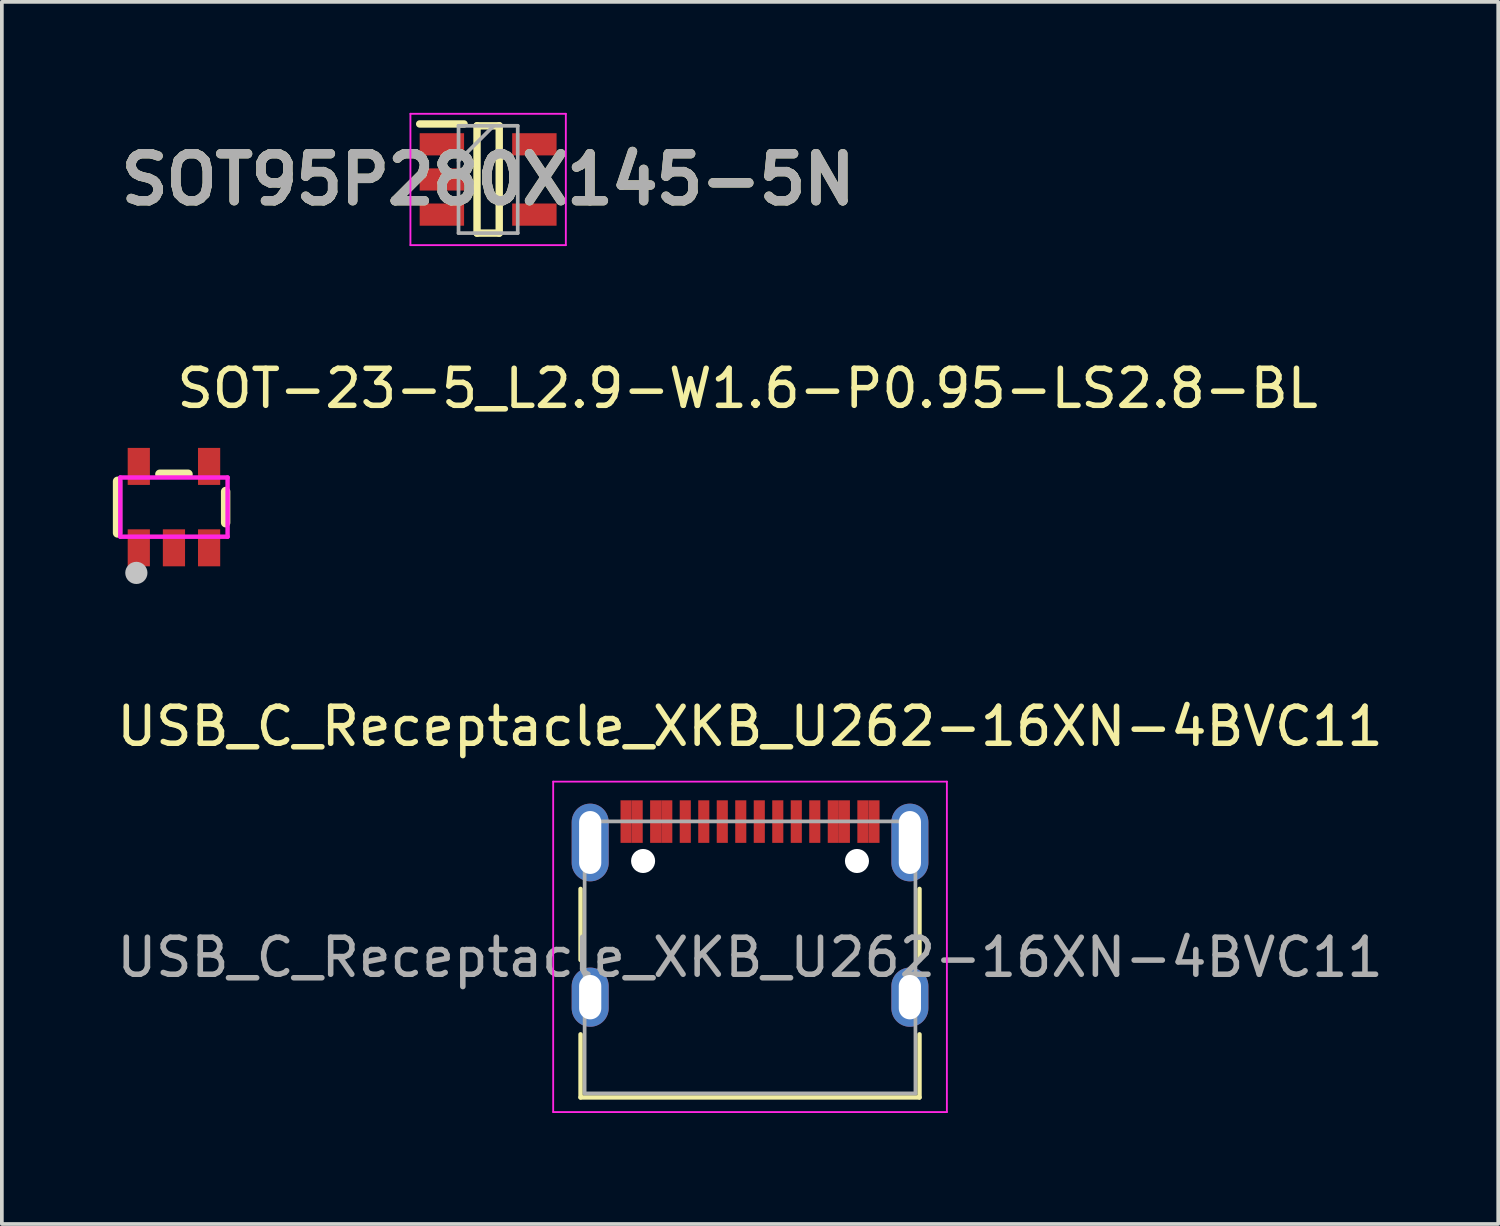
<source format=kicad_pcb>
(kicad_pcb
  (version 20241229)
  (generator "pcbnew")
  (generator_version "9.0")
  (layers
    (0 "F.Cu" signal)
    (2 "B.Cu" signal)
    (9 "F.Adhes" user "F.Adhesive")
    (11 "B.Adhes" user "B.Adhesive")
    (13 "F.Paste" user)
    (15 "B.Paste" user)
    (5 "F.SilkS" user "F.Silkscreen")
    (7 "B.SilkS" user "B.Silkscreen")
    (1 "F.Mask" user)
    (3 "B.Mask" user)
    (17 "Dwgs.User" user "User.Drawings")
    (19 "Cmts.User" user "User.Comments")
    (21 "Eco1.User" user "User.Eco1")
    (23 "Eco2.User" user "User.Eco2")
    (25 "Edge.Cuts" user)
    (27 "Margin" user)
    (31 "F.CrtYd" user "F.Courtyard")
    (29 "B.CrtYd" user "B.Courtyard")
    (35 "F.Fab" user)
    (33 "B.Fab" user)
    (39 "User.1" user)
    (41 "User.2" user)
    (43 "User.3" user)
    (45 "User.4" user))
  (footprint "SOT-23-5_L2.9-W1.6-P0.95-LS2.8-BL"
    (layer "F.Cu")
    (at 1.651 10.655)
    (property "Reference" "SOT-23-5_L2.9-W1.6-P0.95-LS2.8-BL" (at 0 -3.207 0) (layer "F.SilkS") (effects (font (size 1 1) (thickness 0.15)) (justify left)))
    (attr through_hole)
    (fp_line (start -1.524 -0.698) (end -1.524 0.699) (stroke (width 0.254) (type solid)) (layer "F.SilkS"))
    (fp_line (start -0.381 -0.889) (end 0.381 -0.889) (stroke (width 0.254) (type solid)) (layer "F.SilkS"))
    (fp_line (start 1.397 -0.422) (end 1.397 0.422) (stroke (width 0.254) (type solid)) (layer "F.SilkS"))
    (fp_circle (center -1.016 1.778) (end -0.866 1.778) (stroke (width 0.3) (type solid)) (fill no) (layer "Dwgs.User"))
    (fp_line (start -1.15 -0.96) (end -0.75 -0.96) (stroke (width 0.12) (type solid)) (layer "Eco2.User"))
    (fp_line (start -1.15 -0.79) (end -1.15 -0.96) (stroke (width 0.12) (type solid)) (layer "Eco2.User"))
    (fp_line (start -1.15 0.79) (end -0.75 0.79) (stroke (width 0.12) (type solid)) (layer "Eco2.User"))
    (fp_line (start -1.15 0.96) (end -1.15 0.79) (stroke (width 0.12) (type solid)) (layer "Eco2.User"))
    (fp_line (start -0.75 -0.96) (end -0.75 -0.79) (stroke (width 0.12) (type solid)) (layer "Eco2.User"))
    (fp_line (start -0.75 -0.79) (end -1.15 -0.79) (stroke (width 0.12) (type solid)) (layer "Eco2.User"))
    (fp_line (start -0.75 0.79) (end -0.75 0.96) (stroke (width 0.12) (type solid)) (layer "Eco2.User"))
    (fp_line (start -0.75 0.96) (end -1.15 0.96) (stroke (width 0.12) (type solid)) (layer "Eco2.User"))
    (fp_line (start -0.2 0.79) (end 0.2 0.79) (stroke (width 0.12) (type solid)) (layer "Eco2.User"))
    (fp_line (start -0.2 0.96) (end -0.2 0.79) (stroke (width 0.12) (type solid)) (layer "Eco2.User"))
    (fp_line (start 0.2 0.79) (end 0.2 0.96) (stroke (width 0.12) (type solid)) (layer "Eco2.User"))
    (fp_line (start 0.2 0.96) (end -0.2 0.96) (stroke (width 0.12) (type solid)) (layer "Eco2.User"))
    (fp_line (start 0.75 -0.96) (end 1.15 -0.96) (stroke (width 0.12) (type solid)) (layer "Eco2.User"))
    (fp_line (start 0.75 -0.79) (end 0.75 -0.96) (stroke (width 0.12) (type solid)) (layer "Eco2.User"))
    (fp_line (start 0.75 0.79) (end 1.15 0.79) (stroke (width 0.12) (type solid)) (layer "Eco2.User"))
    (fp_line (start 0.75 0.96) (end 0.75 0.79) (stroke (width 0.12) (type solid)) (layer "Eco2.User"))
    (fp_line (start 1.15 -0.96) (end 1.15 -0.79) (stroke (width 0.12) (type solid)) (layer "Eco2.User"))
    (fp_line (start 1.15 -0.79) (end 0.75 -0.79) (stroke (width 0.12) (type solid)) (layer "Eco2.User"))
    (fp_line (start 1.15 0.79) (end 1.15 0.96) (stroke (width 0.12) (type solid)) (layer "Eco2.User"))
    (fp_line (start 1.15 0.96) (end 0.75 0.96) (stroke (width 0.12) (type solid)) (layer "Eco2.User"))
    (fp_circle (center -1.45 1.4) (end -1.42 1.4) (stroke (width 0.06) (type solid)) (fill no) (layer "Eco2.User"))
    (fp_poly (pts (xy -1.15 -0.95) (xy -1.15 -1.4) (xy -0.75 -1.4) (xy -0.75 -0.95)) (stroke (width 0.12) (type solid)) (fill no) (layer "Eco2.User"))
    (fp_poly (pts (xy -1.15 1.4) (xy -1.15 0.95) (xy -0.75 0.95) (xy -0.75 1.4)) (stroke (width 0.12) (type solid)) (fill no) (layer "Eco2.User"))
    (fp_poly (pts (xy -0.2 1.4) (xy -0.2 0.95) (xy 0.2 0.95) (xy 0.2 1.4)) (stroke (width 0.12) (type solid)) (fill no) (layer "Eco2.User"))
    (fp_poly (pts (xy 0.75 -0.95) (xy 0.75 -1.4) (xy 1.15 -1.4) (xy 1.15 -0.95)) (stroke (width 0.12) (type solid)) (fill no) (layer "Eco2.User"))
    (fp_poly (pts (xy 0.75 1.4) (xy 0.75 0.95) (xy 1.15 0.95) (xy 1.15 1.4)) (stroke (width 0.12) (type solid)) (fill no) (layer "Eco2.User"))
    (fp_line (start -1.45 -0.8) (end 1.45 -0.8) (stroke (width 0.12) (type solid)) (layer "F.CrtYd"))
    (fp_line (start -1.45 0.8) (end -1.45 -0.8) (stroke (width 0.12) (type solid)) (layer "F.CrtYd"))
    (fp_line (start 1.45 -0.8) (end 1.45 0.8) (stroke (width 0.12) (type solid)) (layer "F.CrtYd"))
    (fp_line (start 1.45 0.8) (end -1.45 0.8) (stroke (width 0.12) (type solid)) (layer "F.CrtYd"))
    (pad "1" smd rect (at -0.95 1.1) (size 0.6 1) (layers "F.Cu" "F.Mask" "F.Paste"))
    (pad "2" smd rect (at 0 1.1) (size 0.6 1) (layers "F.Cu" "F.Mask" "F.Paste"))
    (pad "3" smd rect (at 0.95 1.1) (size 0.6 1) (layers "F.Cu" "F.Mask" "F.Paste"))
    (pad "4" smd rect (at 0.95 -1.1) (size 0.6 1) (layers "F.Cu" "F.Mask" "F.Paste"))
    (pad "5" smd rect (at -0.95 -1.1) (size 0.6 1) (layers "F.Cu" "F.Mask" "F.Paste")))
  (footprint "SOT95P280X145-5N"
    (layer "F.Cu")
    (at 10.142 1.8)
    (property "Reference" "SOT95P280X145-5N" (at 0 0 0) (layer "F.SilkS") (effects (font (size 1.27 1.27) (thickness 0.254))))
    (attr smd)
    (fp_line (start -1.85 -1.5) (end -0.65 -1.5) (stroke (width 0.2) (type solid)) (layer "F.SilkS"))
    (fp_line (start -0.3 -1.45) (end 0.3 -1.45) (stroke (width 0.2) (type solid)) (layer "F.SilkS"))
    (fp_line (start -0.3 1.45) (end -0.3 -1.45) (stroke (width 0.2) (type solid)) (layer "F.SilkS"))
    (fp_line (start 0.3 -1.45) (end 0.3 1.45) (stroke (width 0.2) (type solid)) (layer "F.SilkS"))
    (fp_line (start 0.3 1.45) (end -0.3 1.45) (stroke (width 0.2) (type solid)) (layer "F.SilkS"))
    (fp_line (start -2.1 -1.775) (end 2.1 -1.775) (stroke (width 0.05) (type solid)) (layer "F.CrtYd"))
    (fp_line (start -2.1 1.775) (end -2.1 -1.775) (stroke (width 0.05) (type solid)) (layer "F.CrtYd"))
    (fp_line (start 2.1 -1.775) (end 2.1 1.775) (stroke (width 0.05) (type solid)) (layer "F.CrtYd"))
    (fp_line (start 2.1 1.775) (end -2.1 1.775) (stroke (width 0.05) (type solid)) (layer "F.CrtYd"))
    (fp_line (start -0.8 -1.45) (end 0.8 -1.45) (stroke (width 0.1) (type solid)) (layer "F.Fab"))
    (fp_line (start -0.8 -0.5) (end 0.15 -1.45) (stroke (width 0.1) (type solid)) (layer "F.Fab"))
    (fp_line (start -0.8 1.45) (end -0.8 -1.45) (stroke (width 0.1) (type solid)) (layer "F.Fab"))
    (fp_line (start 0.8 -1.45) (end 0.8 1.45) (stroke (width 0.1) (type solid)) (layer "F.Fab"))
    (fp_line (start 0.8 1.45) (end -0.8 1.45) (stroke (width 0.1) (type solid)) (layer "F.Fab"))
    (fp_text user "${REFERENCE}" (at 0 0 0) (layer "F.Fab") (effects (font (size 1.27 1.27) (thickness 0.254))))
    (pad "1" smd rect (at -1.25 -0.95 90) (size 0.6 1.2) (layers "F.Cu" "F.Mask" "F.Paste"))
    (pad "2" smd rect (at -1.25 0 90) (size 0.6 1.2) (layers "F.Cu" "F.Mask" "F.Paste"))
    (pad "3" smd rect (at -1.25 0.95 90) (size 0.6 1.2) (layers "F.Cu" "F.Mask" "F.Paste"))
    (pad "4" smd rect (at 1.25 0.95 90) (size 0.6 1.2) (layers "F.Cu" "F.Mask" "F.Paste"))
    (pad "5" smd rect (at 1.25 -0.95 90) (size 0.6 1.2) (layers "F.Cu" "F.Mask" "F.Paste")))
  (footprint "USB_C_Receptacle_XKB_U262-16XN-4BVC11"
    (layer "F.Cu")
    (at 17.22 22.824)
    (property "Reference" "USB_C_Receptacle_XKB_U262-16XN-4BVC11" (at 0 -6.242 180) (layer "F.SilkS") (effects (font (size 1 1) (thickness 0.15))))
    (attr smd)
    (fp_line (start -4.58 -1.85) (end -4.58 0.07) (stroke (width 0.12) (type solid)) (layer "F.SilkS"))
    (fp_line (start -4.58 3.785) (end -4.58 2.08) (stroke (width 0.12) (type solid)) (layer "F.SilkS"))
    (fp_line (start 4.58 0.07) (end 4.58 -1.85) (stroke (width 0.12) (type solid)) (layer "F.SilkS"))
    (fp_line (start 4.58 2.08) (end 4.58 3.785) (stroke (width 0.12) (type solid)) (layer "F.SilkS"))
    (fp_line (start 4.58 3.785) (end -4.58 3.785) (stroke (width 0.12) (type solid)) (layer "F.SilkS"))
    (fp_line (start -5.32 -4.75) (end 5.32 -4.75) (stroke (width 0.05) (type solid)) (layer "F.CrtYd"))
    (fp_line (start -5.32 4.18) (end -5.32 -4.75) (stroke (width 0.05) (type solid)) (layer "F.CrtYd"))
    (fp_line (start 5.32 -4.75) (end 5.32 4.18) (stroke (width 0.05) (type solid)) (layer "F.CrtYd"))
    (fp_line (start 5.32 4.18) (end -5.32 4.18) (stroke (width 0.05) (type solid)) (layer "F.CrtYd"))
    (fp_line (start -4.47 -3.675) (end -4.47 3.675) (stroke (width 0.1) (type solid)) (layer "F.Fab"))
    (fp_line (start -4.47 -3.675) (end 4.47 -3.675) (stroke (width 0.1) (type solid)) (layer "F.Fab"))
    (fp_line (start -4.47 3.675) (end 4.47 3.675) (stroke (width 0.1) (type solid)) (layer "F.Fab"))
    (fp_line (start 4.47 3.675) (end 4.47 -3.675) (stroke (width 0.1) (type solid)) (layer "F.Fab"))
    (fp_text user "${REFERENCE}" (at 0 0 180) (layer "F.Fab") (effects (font (size 1 1) (thickness 0.15))))
    (pad "" np_thru_hole circle (at -2.89 -2.605) (size 0.65 0.65) (drill 0.65) (layers "*.Cu" "*.Mask"))
    (pad "" np_thru_hole circle (at 2.89 -2.605) (size 0.65 0.65) (drill 0.65) (layers "*.Cu" "*.Mask"))
    (pad "A1" smd rect (at -3.35 -3.67) (size 0.3 1.15) (layers "F.Cu" "F.Mask" "F.Paste"))
    (pad "A4" smd rect (at -2.55 -3.67) (size 0.3 1.15) (layers "F.Cu" "F.Mask" "F.Paste"))
    (pad "A5" smd rect (at -1.25 -3.67) (size 0.3 1.15) (layers "F.Cu" "F.Mask" "F.Paste"))
    (pad "A6" smd rect (at -0.25 -3.67) (size 0.3 1.15) (layers "F.Cu" "F.Mask" "F.Paste"))
    (pad "A7" smd rect (at 0.25 -3.67) (size 0.3 1.15) (layers "F.Cu" "F.Mask" "F.Paste"))
    (pad "A8" smd rect (at 1.25 -3.67) (size 0.3 1.15) (layers "F.Cu" "F.Mask" "F.Paste"))
    (pad "A9" smd rect (at 2.55 -3.67) (size 0.3 1.15) (layers "F.Cu" "F.Mask" "F.Paste"))
    (pad "A12" smd rect (at 3.35 -3.67) (size 0.3 1.15) (layers "F.Cu" "F.Mask" "F.Paste"))
    (pad "B1" smd rect (at 3.05 -3.67) (size 0.3 1.15) (layers "F.Cu" "F.Mask" "F.Paste"))
    (pad "B4" smd rect (at 2.25 -3.67) (size 0.3 1.15) (layers "F.Cu" "F.Mask" "F.Paste"))
    (pad "B5" smd rect (at 1.75 -3.67) (size 0.3 1.15) (layers "F.Cu" "F.Mask" "F.Paste"))
    (pad "B6" smd rect (at 0.75 -3.67) (size 0.3 1.15) (layers "F.Cu" "F.Mask" "F.Paste"))
    (pad "B7" smd rect (at -0.75 -3.67) (size 0.3 1.15) (layers "F.Cu" "F.Mask" "F.Paste"))
    (pad "B8" smd rect (at -1.75 -3.67) (size 0.3 1.15) (layers "F.Cu" "F.Mask" "F.Paste"))
    (pad "B9" smd rect (at -2.25 -3.67) (size 0.3 1.15) (layers "F.Cu" "F.Mask" "F.Paste"))
    (pad "B12" smd rect (at -3.05 -3.67) (size 0.3 1.15) (layers "F.Cu" "F.Mask" "F.Paste"))
    (pad "S1" thru_hole oval (at -4.32 -3.105) (size 1 2.1) (drill oval 0.6 1.7) (layers "*.Cu" "*.Mask"))
    (pad "S1" thru_hole oval (at -4.32 1.075) (size 1 1.6) (drill oval 0.6 1.2) (layers "*.Cu" "*.Mask"))
    (pad "S1" thru_hole oval (at 4.32 -3.105) (size 1 2.1) (drill oval 0.6 1.7) (layers "*.Cu" "*.Mask"))
    (pad "S1" thru_hole oval (at 4.32 1.075) (size 1 1.6) (drill oval 0.6 1.2) (layers "*.Cu" "*.Mask")))
  (gr_rect
    (start -3 -3)
    (end 37.44 30.029)
    (stroke (width 0.1) (type default))
    (fill no)
    (layer "Edge.Cuts")))
</source>
